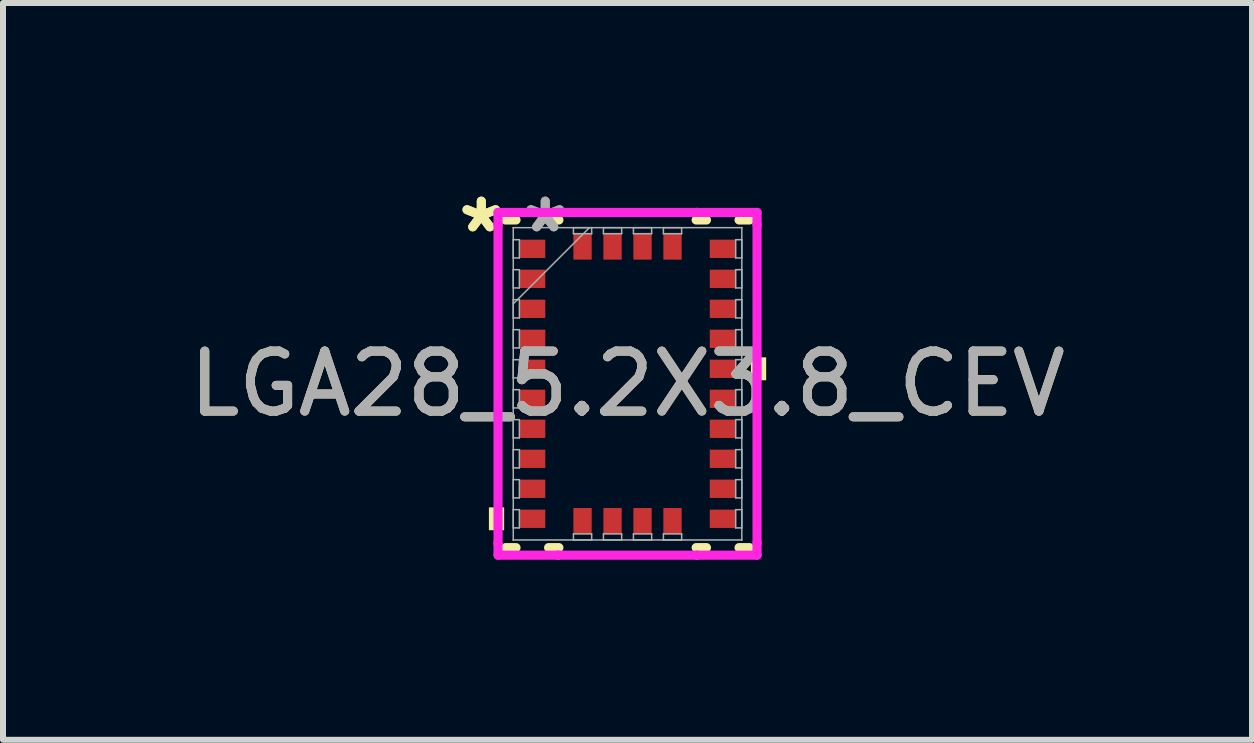
<source format=kicad_pcb>
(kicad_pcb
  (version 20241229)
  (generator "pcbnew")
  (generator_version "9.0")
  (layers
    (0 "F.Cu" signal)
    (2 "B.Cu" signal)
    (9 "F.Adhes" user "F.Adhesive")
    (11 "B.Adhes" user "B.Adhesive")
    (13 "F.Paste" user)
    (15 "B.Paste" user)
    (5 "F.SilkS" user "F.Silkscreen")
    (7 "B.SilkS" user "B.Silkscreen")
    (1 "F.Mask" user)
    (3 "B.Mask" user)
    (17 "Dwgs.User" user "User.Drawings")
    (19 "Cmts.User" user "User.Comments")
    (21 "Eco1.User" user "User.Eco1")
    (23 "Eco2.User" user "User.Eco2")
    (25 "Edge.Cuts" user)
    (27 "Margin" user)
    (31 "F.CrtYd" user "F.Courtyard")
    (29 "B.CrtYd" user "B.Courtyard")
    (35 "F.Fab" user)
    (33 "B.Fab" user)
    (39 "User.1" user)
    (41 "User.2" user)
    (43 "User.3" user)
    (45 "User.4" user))
  (footprint "LGA28_5.2X3.8_CEV"
    (layer "F.Cu")
    (at 7.411 3.348)
    (property "Reference" "LGA28_5.2X3.8_CEV" (at 0 0 0) (unlocked yes) (layer "F.SilkS") (effects (font (size 1 1) (thickness 0.15))))
    (attr smd)
    (fp_line (start -2.032 2.731) (end -1.859 2.731) (stroke (width 0.152) (type solid)) (layer "F.SilkS"))
    (fp_line (start -1.859 -2.731) (end -2.032 -2.731) (stroke (width 0.152) (type solid)) (layer "F.SilkS"))
    (fp_line (start -1.316 2.731) (end -1.144 2.731) (stroke (width 0.152) (type solid)) (layer "F.SilkS"))
    (fp_line (start -1.144 -2.731) (end -1.316 -2.731) (stroke (width 0.152) (type solid)) (layer "F.SilkS"))
    (fp_line (start 1.144 2.731) (end 1.316 2.731) (stroke (width 0.152) (type solid)) (layer "F.SilkS"))
    (fp_line (start 1.316 -2.731) (end 1.144 -2.731) (stroke (width 0.152) (type solid)) (layer "F.SilkS"))
    (fp_line (start 1.859 2.731) (end 2.032 2.731) (stroke (width 0.152) (type solid)) (layer "F.SilkS"))
    (fp_line (start 2.032 -2.731) (end 1.859 -2.731) (stroke (width 0.152) (type solid)) (layer "F.SilkS"))
    (fp_poly (pts (xy -2.311 2.06) (xy -2.311 2.441) (xy -2.057 2.441) (xy -2.057 2.06)) (stroke (width 0) (type solid)) (fill yes) (layer "F.SilkS"))
    (fp_poly (pts (xy 2.311 -0.441) (xy 2.311 -0.059) (xy 2.057 -0.059) (xy 2.057 -0.441)) (stroke (width 0) (type solid)) (fill yes) (layer "F.SilkS"))
    (fp_line (start -2.159 -2.857) (end -1.156 -2.857) (stroke (width 0.152) (type solid)) (layer "F.CrtYd"))
    (fp_line (start -2.159 -2.656) (end -2.159 -2.857) (stroke (width 0.152) (type solid)) (layer "F.CrtYd"))
    (fp_line (start -2.159 -2.656) (end -2.159 -2.656) (stroke (width 0.152) (type solid)) (layer "F.CrtYd"))
    (fp_line (start -2.159 2.656) (end -2.159 -2.656) (stroke (width 0.152) (type solid)) (layer "F.CrtYd"))
    (fp_line (start -2.159 2.656) (end -2.159 2.656) (stroke (width 0.152) (type solid)) (layer "F.CrtYd"))
    (fp_line (start -2.159 2.857) (end -2.159 2.656) (stroke (width 0.152) (type solid)) (layer "F.CrtYd"))
    (fp_line (start -1.156 -2.857) (end -1.156 -2.857) (stroke (width 0.152) (type solid)) (layer "F.CrtYd"))
    (fp_line (start -1.156 -2.857) (end 1.156 -2.857) (stroke (width 0.152) (type solid)) (layer "F.CrtYd"))
    (fp_line (start -1.156 2.857) (end -2.159 2.857) (stroke (width 0.152) (type solid)) (layer "F.CrtYd"))
    (fp_line (start -1.156 2.857) (end -1.156 2.857) (stroke (width 0.152) (type solid)) (layer "F.CrtYd"))
    (fp_line (start 1.156 -2.857) (end 1.156 -2.857) (stroke (width 0.152) (type solid)) (layer "F.CrtYd"))
    (fp_line (start 1.156 -2.857) (end 2.159 -2.857) (stroke (width 0.152) (type solid)) (layer "F.CrtYd"))
    (fp_line (start 1.156 2.857) (end -1.156 2.857) (stroke (width 0.152) (type solid)) (layer "F.CrtYd"))
    (fp_line (start 1.156 2.857) (end 1.156 2.857) (stroke (width 0.152) (type solid)) (layer "F.CrtYd"))
    (fp_line (start 2.159 -2.857) (end 2.159 -2.656) (stroke (width 0.152) (type solid)) (layer "F.CrtYd"))
    (fp_line (start 2.159 -2.656) (end 2.159 -2.656) (stroke (width 0.152) (type solid)) (layer "F.CrtYd"))
    (fp_line (start 2.159 -2.656) (end 2.159 2.656) (stroke (width 0.152) (type solid)) (layer "F.CrtYd"))
    (fp_line (start 2.159 2.656) (end 2.159 2.656) (stroke (width 0.152) (type solid)) (layer "F.CrtYd"))
    (fp_line (start 2.159 2.656) (end 2.159 2.857) (stroke (width 0.152) (type solid)) (layer "F.CrtYd"))
    (fp_line (start 2.159 2.857) (end 1.156 2.857) (stroke (width 0.152) (type solid)) (layer "F.CrtYd"))
    (fp_line (start -1.905 -2.603) (end -1.905 -2.603) (stroke (width 0.025) (type solid)) (layer "F.Fab"))
    (fp_line (start -1.905 -2.603) (end -1.905 2.603) (stroke (width 0.025) (type solid)) (layer "F.Fab"))
    (fp_line (start -1.905 -2.402) (end -1.803 -2.402) (stroke (width 0.025) (type solid)) (layer "F.Fab"))
    (fp_line (start -1.905 -2.098) (end -1.905 -2.402) (stroke (width 0.025) (type solid)) (layer "F.Fab"))
    (fp_line (start -1.905 -1.902) (end -1.803 -1.902) (stroke (width 0.025) (type solid)) (layer "F.Fab"))
    (fp_line (start -1.905 -1.598) (end -1.905 -1.902) (stroke (width 0.025) (type solid)) (layer "F.Fab"))
    (fp_line (start -1.905 -1.402) (end -1.803 -1.402) (stroke (width 0.025) (type solid)) (layer "F.Fab"))
    (fp_line (start -1.905 -1.333) (end -0.635 -2.603) (stroke (width 0.025) (type solid)) (layer "F.Fab"))
    (fp_line (start -1.905 -1.098) (end -1.905 -1.402) (stroke (width 0.025) (type solid)) (layer "F.Fab"))
    (fp_line (start -1.905 -0.902) (end -1.803 -0.902) (stroke (width 0.025) (type solid)) (layer "F.Fab"))
    (fp_line (start -1.905 -0.598) (end -1.905 -0.902) (stroke (width 0.025) (type solid)) (layer "F.Fab"))
    (fp_line (start -1.905 -0.402) (end -1.803 -0.402) (stroke (width 0.025) (type solid)) (layer "F.Fab"))
    (fp_line (start -1.905 -0.098) (end -1.905 -0.402) (stroke (width 0.025) (type solid)) (layer "F.Fab"))
    (fp_line (start -1.905 0.098) (end -1.803 0.098) (stroke (width 0.025) (type solid)) (layer "F.Fab"))
    (fp_line (start -1.905 0.402) (end -1.905 0.098) (stroke (width 0.025) (type solid)) (layer "F.Fab"))
    (fp_line (start -1.905 0.598) (end -1.803 0.598) (stroke (width 0.025) (type solid)) (layer "F.Fab"))
    (fp_line (start -1.905 0.902) (end -1.905 0.598) (stroke (width 0.025) (type solid)) (layer "F.Fab"))
    (fp_line (start -1.905 1.098) (end -1.803 1.098) (stroke (width 0.025) (type solid)) (layer "F.Fab"))
    (fp_line (start -1.905 1.402) (end -1.905 1.098) (stroke (width 0.025) (type solid)) (layer "F.Fab"))
    (fp_line (start -1.905 1.598) (end -1.803 1.598) (stroke (width 0.025) (type solid)) (layer "F.Fab"))
    (fp_line (start -1.905 1.902) (end -1.905 1.598) (stroke (width 0.025) (type solid)) (layer "F.Fab"))
    (fp_line (start -1.905 2.098) (end -1.803 2.098) (stroke (width 0.025) (type solid)) (layer "F.Fab"))
    (fp_line (start -1.905 2.402) (end -1.905 2.098) (stroke (width 0.025) (type solid)) (layer "F.Fab"))
    (fp_line (start -1.905 2.603) (end -1.905 2.603) (stroke (width 0.025) (type solid)) (layer "F.Fab"))
    (fp_line (start -1.905 2.603) (end 1.905 2.603) (stroke (width 0.025) (type solid)) (layer "F.Fab"))
    (fp_line (start -1.803 -2.402) (end -1.803 -2.098) (stroke (width 0.025) (type solid)) (layer "F.Fab"))
    (fp_line (start -1.803 -2.098) (end -1.905 -2.098) (stroke (width 0.025) (type solid)) (layer "F.Fab"))
    (fp_line (start -1.803 -1.902) (end -1.803 -1.598) (stroke (width 0.025) (type solid)) (layer "F.Fab"))
    (fp_line (start -1.803 -1.598) (end -1.905 -1.598) (stroke (width 0.025) (type solid)) (layer "F.Fab"))
    (fp_line (start -1.803 -1.402) (end -1.803 -1.098) (stroke (width 0.025) (type solid)) (layer "F.Fab"))
    (fp_line (start -1.803 -1.098) (end -1.905 -1.098) (stroke (width 0.025) (type solid)) (layer "F.Fab"))
    (fp_line (start -1.803 -0.902) (end -1.803 -0.598) (stroke (width 0.025) (type solid)) (layer "F.Fab"))
    (fp_line (start -1.803 -0.598) (end -1.905 -0.598) (stroke (width 0.025) (type solid)) (layer "F.Fab"))
    (fp_line (start -1.803 -0.402) (end -1.803 -0.098) (stroke (width 0.025) (type solid)) (layer "F.Fab"))
    (fp_line (start -1.803 -0.098) (end -1.905 -0.098) (stroke (width 0.025) (type solid)) (layer "F.Fab"))
    (fp_line (start -1.803 0.098) (end -1.803 0.402) (stroke (width 0.025) (type solid)) (layer "F.Fab"))
    (fp_line (start -1.803 0.402) (end -1.905 0.402) (stroke (width 0.025) (type solid)) (layer "F.Fab"))
    (fp_line (start -1.803 0.598) (end -1.803 0.902) (stroke (width 0.025) (type solid)) (layer "F.Fab"))
    (fp_line (start -1.803 0.902) (end -1.905 0.902) (stroke (width 0.025) (type solid)) (layer "F.Fab"))
    (fp_line (start -1.803 1.098) (end -1.803 1.402) (stroke (width 0.025) (type solid)) (layer "F.Fab"))
    (fp_line (start -1.803 1.402) (end -1.905 1.402) (stroke (width 0.025) (type solid)) (layer "F.Fab"))
    (fp_line (start -1.803 1.598) (end -1.803 1.902) (stroke (width 0.025) (type solid)) (layer "F.Fab"))
    (fp_line (start -1.803 1.902) (end -1.905 1.902) (stroke (width 0.025) (type solid)) (layer "F.Fab"))
    (fp_line (start -1.803 2.098) (end -1.803 2.402) (stroke (width 0.025) (type solid)) (layer "F.Fab"))
    (fp_line (start -1.803 2.402) (end -1.905 2.402) (stroke (width 0.025) (type solid)) (layer "F.Fab"))
    (fp_line (start -0.902 -2.603) (end -0.598 -2.603) (stroke (width 0.025) (type solid)) (layer "F.Fab"))
    (fp_line (start -0.902 -2.502) (end -0.902 -2.603) (stroke (width 0.025) (type solid)) (layer "F.Fab"))
    (fp_line (start -0.902 2.502) (end -0.598 2.502) (stroke (width 0.025) (type solid)) (layer "F.Fab"))
    (fp_line (start -0.902 2.603) (end -0.902 2.502) (stroke (width 0.025) (type solid)) (layer "F.Fab"))
    (fp_line (start -0.598 -2.603) (end -0.598 -2.502) (stroke (width 0.025) (type solid)) (layer "F.Fab"))
    (fp_line (start -0.598 -2.502) (end -0.902 -2.502) (stroke (width 0.025) (type solid)) (layer "F.Fab"))
    (fp_line (start -0.598 2.502) (end -0.598 2.603) (stroke (width 0.025) (type solid)) (layer "F.Fab"))
    (fp_line (start -0.598 2.603) (end -0.902 2.603) (stroke (width 0.025) (type solid)) (layer "F.Fab"))
    (fp_line (start -0.402 -2.603) (end -0.098 -2.603) (stroke (width 0.025) (type solid)) (layer "F.Fab"))
    (fp_line (start -0.402 -2.502) (end -0.402 -2.603) (stroke (width 0.025) (type solid)) (layer "F.Fab"))
    (fp_line (start -0.402 2.502) (end -0.098 2.502) (stroke (width 0.025) (type solid)) (layer "F.Fab"))
    (fp_line (start -0.402 2.603) (end -0.402 2.502) (stroke (width 0.025) (type solid)) (layer "F.Fab"))
    (fp_line (start -0.098 -2.603) (end -0.098 -2.502) (stroke (width 0.025) (type solid)) (layer "F.Fab"))
    (fp_line (start -0.098 -2.502) (end -0.402 -2.502) (stroke (width 0.025) (type solid)) (layer "F.Fab"))
    (fp_line (start -0.098 2.502) (end -0.098 2.603) (stroke (width 0.025) (type solid)) (layer "F.Fab"))
    (fp_line (start -0.098 2.603) (end -0.402 2.603) (stroke (width 0.025) (type solid)) (layer "F.Fab"))
    (fp_line (start 0.098 -2.603) (end 0.402 -2.603) (stroke (width 0.025) (type solid)) (layer "F.Fab"))
    (fp_line (start 0.098 -2.502) (end 0.098 -2.603) (stroke (width 0.025) (type solid)) (layer "F.Fab"))
    (fp_line (start 0.098 2.502) (end 0.402 2.502) (stroke (width 0.025) (type solid)) (layer "F.Fab"))
    (fp_line (start 0.098 2.603) (end 0.098 2.502) (stroke (width 0.025) (type solid)) (layer "F.Fab"))
    (fp_line (start 0.402 -2.603) (end 0.402 -2.502) (stroke (width 0.025) (type solid)) (layer "F.Fab"))
    (fp_line (start 0.402 -2.502) (end 0.098 -2.502) (stroke (width 0.025) (type solid)) (layer "F.Fab"))
    (fp_line (start 0.402 2.502) (end 0.402 2.603) (stroke (width 0.025) (type solid)) (layer "F.Fab"))
    (fp_line (start 0.402 2.603) (end 0.098 2.603) (stroke (width 0.025) (type solid)) (layer "F.Fab"))
    (fp_line (start 0.598 -2.603) (end 0.902 -2.603) (stroke (width 0.025) (type solid)) (layer "F.Fab"))
    (fp_line (start 0.598 -2.502) (end 0.598 -2.603) (stroke (width 0.025) (type solid)) (layer "F.Fab"))
    (fp_line (start 0.598 2.502) (end 0.902 2.502) (stroke (width 0.025) (type solid)) (layer "F.Fab"))
    (fp_line (start 0.598 2.603) (end 0.598 2.502) (stroke (width 0.025) (type solid)) (layer "F.Fab"))
    (fp_line (start 0.902 -2.603) (end 0.902 -2.502) (stroke (width 0.025) (type solid)) (layer "F.Fab"))
    (fp_line (start 0.902 -2.502) (end 0.598 -2.502) (stroke (width 0.025) (type solid)) (layer "F.Fab"))
    (fp_line (start 0.902 2.502) (end 0.902 2.603) (stroke (width 0.025) (type solid)) (layer "F.Fab"))
    (fp_line (start 0.902 2.603) (end 0.598 2.603) (stroke (width 0.025) (type solid)) (layer "F.Fab"))
    (fp_line (start 1.803 -2.402) (end 1.905 -2.402) (stroke (width 0.025) (type solid)) (layer "F.Fab"))
    (fp_line (start 1.803 -2.098) (end 1.803 -2.402) (stroke (width 0.025) (type solid)) (layer "F.Fab"))
    (fp_line (start 1.803 -1.902) (end 1.905 -1.902) (stroke (width 0.025) (type solid)) (layer "F.Fab"))
    (fp_line (start 1.803 -1.598) (end 1.803 -1.902) (stroke (width 0.025) (type solid)) (layer "F.Fab"))
    (fp_line (start 1.803 -1.402) (end 1.905 -1.402) (stroke (width 0.025) (type solid)) (layer "F.Fab"))
    (fp_line (start 1.803 -1.098) (end 1.803 -1.402) (stroke (width 0.025) (type solid)) (layer "F.Fab"))
    (fp_line (start 1.803 -0.902) (end 1.905 -0.902) (stroke (width 0.025) (type solid)) (layer "F.Fab"))
    (fp_line (start 1.803 -0.598) (end 1.803 -0.902) (stroke (width 0.025) (type solid)) (layer "F.Fab"))
    (fp_line (start 1.803 -0.402) (end 1.905 -0.402) (stroke (width 0.025) (type solid)) (layer "F.Fab"))
    (fp_line (start 1.803 -0.098) (end 1.803 -0.402) (stroke (width 0.025) (type solid)) (layer "F.Fab"))
    (fp_line (start 1.803 0.098) (end 1.905 0.098) (stroke (width 0.025) (type solid)) (layer "F.Fab"))
    (fp_line (start 1.803 0.402) (end 1.803 0.098) (stroke (width 0.025) (type solid)) (layer "F.Fab"))
    (fp_line (start 1.803 0.598) (end 1.905 0.598) (stroke (width 0.025) (type solid)) (layer "F.Fab"))
    (fp_line (start 1.803 0.902) (end 1.803 0.598) (stroke (width 0.025) (type solid)) (layer "F.Fab"))
    (fp_line (start 1.803 1.098) (end 1.905 1.098) (stroke (width 0.025) (type solid)) (layer "F.Fab"))
    (fp_line (start 1.803 1.402) (end 1.803 1.098) (stroke (width 0.025) (type solid)) (layer "F.Fab"))
    (fp_line (start 1.803 1.598) (end 1.905 1.598) (stroke (width 0.025) (type solid)) (layer "F.Fab"))
    (fp_line (start 1.803 1.902) (end 1.803 1.598) (stroke (width 0.025) (type solid)) (layer "F.Fab"))
    (fp_line (start 1.803 2.098) (end 1.905 2.098) (stroke (width 0.025) (type solid)) (layer "F.Fab"))
    (fp_line (start 1.803 2.402) (end 1.803 2.098) (stroke (width 0.025) (type solid)) (layer "F.Fab"))
    (fp_line (start 1.905 -2.603) (end -1.905 -2.603) (stroke (width 0.025) (type solid)) (layer "F.Fab"))
    (fp_line (start 1.905 -2.603) (end 1.905 -2.603) (stroke (width 0.025) (type solid)) (layer "F.Fab"))
    (fp_line (start 1.905 -2.402) (end 1.905 -2.098) (stroke (width 0.025) (type solid)) (layer "F.Fab"))
    (fp_line (start 1.905 -2.098) (end 1.803 -2.098) (stroke (width 0.025) (type solid)) (layer "F.Fab"))
    (fp_line (start 1.905 -1.902) (end 1.905 -1.598) (stroke (width 0.025) (type solid)) (layer "F.Fab"))
    (fp_line (start 1.905 -1.598) (end 1.803 -1.598) (stroke (width 0.025) (type solid)) (layer "F.Fab"))
    (fp_line (start 1.905 -1.402) (end 1.905 -1.098) (stroke (width 0.025) (type solid)) (layer "F.Fab"))
    (fp_line (start 1.905 -1.098) (end 1.803 -1.098) (stroke (width 0.025) (type solid)) (layer "F.Fab"))
    (fp_line (start 1.905 -0.902) (end 1.905 -0.598) (stroke (width 0.025) (type solid)) (layer "F.Fab"))
    (fp_line (start 1.905 -0.598) (end 1.803 -0.598) (stroke (width 0.025) (type solid)) (layer "F.Fab"))
    (fp_line (start 1.905 -0.402) (end 1.905 -0.098) (stroke (width 0.025) (type solid)) (layer "F.Fab"))
    (fp_line (start 1.905 -0.098) (end 1.803 -0.098) (stroke (width 0.025) (type solid)) (layer "F.Fab"))
    (fp_line (start 1.905 0.098) (end 1.905 0.402) (stroke (width 0.025) (type solid)) (layer "F.Fab"))
    (fp_line (start 1.905 0.402) (end 1.803 0.402) (stroke (width 0.025) (type solid)) (layer "F.Fab"))
    (fp_line (start 1.905 0.598) (end 1.905 0.902) (stroke (width 0.025) (type solid)) (layer "F.Fab"))
    (fp_line (start 1.905 0.902) (end 1.803 0.902) (stroke (width 0.025) (type solid)) (layer "F.Fab"))
    (fp_line (start 1.905 1.098) (end 1.905 1.402) (stroke (width 0.025) (type solid)) (layer "F.Fab"))
    (fp_line (start 1.905 1.402) (end 1.803 1.402) (stroke (width 0.025) (type solid)) (layer "F.Fab"))
    (fp_line (start 1.905 1.598) (end 1.905 1.902) (stroke (width 0.025) (type solid)) (layer "F.Fab"))
    (fp_line (start 1.905 1.902) (end 1.803 1.902) (stroke (width 0.025) (type solid)) (layer "F.Fab"))
    (fp_line (start 1.905 2.098) (end 1.905 2.402) (stroke (width 0.025) (type solid)) (layer "F.Fab"))
    (fp_line (start 1.905 2.402) (end 1.803 2.402) (stroke (width 0.025) (type solid)) (layer "F.Fab"))
    (fp_line (start 1.905 2.603) (end 1.905 -2.603) (stroke (width 0.025) (type solid)) (layer "F.Fab"))
    (fp_line (start 1.905 2.603) (end 1.905 2.603) (stroke (width 0.025) (type solid)) (layer "F.Fab"))
    (fp_text user "*" (at -2.438 -2.5 0) (layer "F.SilkS") (effects (font (size 1 1) (thickness 0.15))))
    (fp_text user "*" (at -2.438 -2.5 0) (unlocked yes) (layer "F.SilkS") (effects (font (size 1 1) (thickness 0.15))))
    (fp_text user "${REFERENCE}" (at 0 0 0) (unlocked yes) (layer "F.Fab") (effects (font (size 1 1) (thickness 0.15))))
    (fp_text user "*" (at -1.372 -2.5 0) (layer "F.Fab") (effects (font (size 1 1) (thickness 0.15))))
    (fp_text user "*" (at -1.372 -2.5 0) (unlocked yes) (layer "F.Fab") (effects (font (size 1 1) (thickness 0.15))))
    (pad "1" smd rect (at -1.587 -2.25 90) (size 0.305 0.432) (layers "F.Cu" "F.Mask" "F.Paste"))
    (pad "2" smd rect (at -1.587 -1.75 90) (size 0.305 0.432) (layers "F.Cu" "F.Mask" "F.Paste"))
    (pad "3" smd rect (at -1.587 -1.25 90) (size 0.305 0.432) (layers "F.Cu" "F.Mask" "F.Paste"))
    (pad "4" smd rect (at -1.587 -0.75 90) (size 0.305 0.432) (layers "F.Cu" "F.Mask" "F.Paste"))
    (pad "5" smd rect (at -1.587 -0.25 90) (size 0.305 0.432) (layers "F.Cu" "F.Mask" "F.Paste"))
    (pad "6" smd rect (at -1.587 0.25 90) (size 0.305 0.432) (layers "F.Cu" "F.Mask" "F.Paste"))
    (pad "7" smd rect (at -1.587 0.75 90) (size 0.305 0.432) (layers "F.Cu" "F.Mask" "F.Paste"))
    (pad "8" smd rect (at -1.587 1.25 90) (size 0.305 0.432) (layers "F.Cu" "F.Mask" "F.Paste"))
    (pad "9" smd rect (at -1.587 1.75 90) (size 0.305 0.432) (layers "F.Cu" "F.Mask" "F.Paste"))
    (pad "10" smd rect (at -1.587 2.25 90) (size 0.305 0.432) (layers "F.Cu" "F.Mask" "F.Paste"))
    (pad "11" smd rect (at -0.75 2.286) (size 0.305 0.432) (layers "F.Cu" "F.Mask" "F.Paste"))
    (pad "12" smd rect (at -0.25 2.286) (size 0.305 0.432) (layers "F.Cu" "F.Mask" "F.Paste"))
    (pad "13" smd rect (at 0.25 2.286) (size 0.305 0.432) (layers "F.Cu" "F.Mask" "F.Paste"))
    (pad "14" smd rect (at 0.75 2.286) (size 0.305 0.432) (layers "F.Cu" "F.Mask" "F.Paste"))
    (pad "15" smd rect (at 1.587 2.25 90) (size 0.305 0.432) (layers "F.Cu" "F.Mask" "F.Paste"))
    (pad "16" smd rect (at 1.587 1.75 90) (size 0.305 0.432) (layers "F.Cu" "F.Mask" "F.Paste"))
    (pad "17" smd rect (at 1.587 1.25 90) (size 0.305 0.432) (layers "F.Cu" "F.Mask" "F.Paste"))
    (pad "18" smd rect (at 1.587 0.75 90) (size 0.305 0.432) (layers "F.Cu" "F.Mask" "F.Paste"))
    (pad "19" smd rect (at 1.587 0.25 90) (size 0.305 0.432) (layers "F.Cu" "F.Mask" "F.Paste"))
    (pad "20" smd rect (at 1.587 -0.25 90) (size 0.305 0.432) (layers "F.Cu" "F.Mask" "F.Paste"))
    (pad "21" smd rect (at 1.587 -0.75 90) (size 0.305 0.432) (layers "F.Cu" "F.Mask" "F.Paste"))
    (pad "22" smd rect (at 1.587 -1.25 90) (size 0.305 0.432) (layers "F.Cu" "F.Mask" "F.Paste"))
    (pad "23" smd rect (at 1.587 -1.75 90) (size 0.305 0.432) (layers "F.Cu" "F.Mask" "F.Paste"))
    (pad "24" smd rect (at 1.587 -2.25 90) (size 0.305 0.432) (layers "F.Cu" "F.Mask" "F.Paste"))
    (pad "25" smd rect (at 0.75 -2.286) (size 0.305 0.432) (layers "F.Cu" "F.Mask" "F.Paste"))
    (pad "26" smd rect (at 0.25 -2.286) (size 0.305 0.432) (layers "F.Cu" "F.Mask" "F.Paste"))
    (pad "27" smd rect (at -0.25 -2.286) (size 0.305 0.432) (layers "F.Cu" "F.Mask" "F.Paste"))
    (pad "28" smd rect (at -0.75 -2.286) (size 0.305 0.432) (layers "F.Cu" "F.Mask" "F.Paste")))
  (gr_rect
    (start -3 -3)
    (end 17.821 9.282)
    (stroke (width 0.1) (type default))
    (fill no)
    (layer "Edge.Cuts")))
</source>
